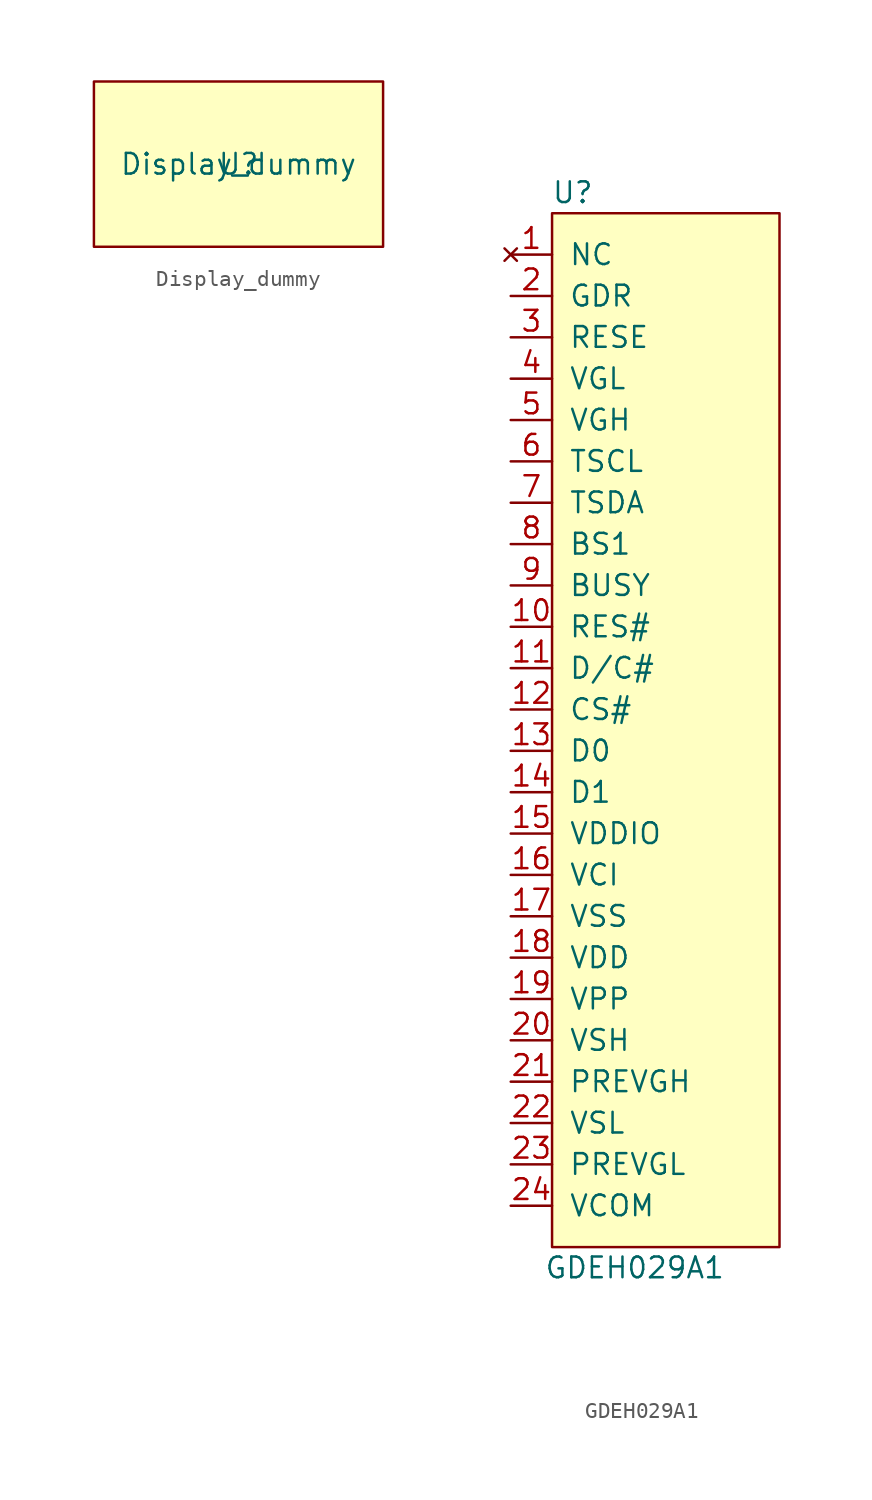
<source format=kicad_sym>
(kicad_symbol_lib
  (version 20201005)
  (generator kicad_symbol_editor)
  (symbol "Display_dummy"
    (pin_names
      (offset 1.016))
    (property "Reference" "U"
      (at 0 0 0)
      (effects (font (size 1.27 1.27))))
    (property "Value" "Display_dummy"
      (at 0 0 0)
      (effects (font (size 1.27 1.27))))
    (symbol "Display_dummy_0_1"
      (rectangle (start -8.89 5.08) (end 8.89 -5.08) (stroke (width 0)) (fill (type background)))))
  (symbol "GDEH029A1"
    (pin_names
      (offset 1.016))
    (property "Reference" "U"
      (at -6.35 33.02 0)
      (effects (font (size 1.27 1.27))))
    (property "Value" "GDEH029A1"
      (at -2.54 -33.02 0)
      (effects (font (size 1.27 1.27))))
    (symbol "GDEH029A1_0_1"
      (rectangle (start -7.62 31.75) (end 6.35 -31.75) (stroke (width 0)) (fill (type background))))
    (symbol "GDEH029A1_1_1"
      (pin no_connect line (at -10.16 29.21 0) (length 2.54) (name "NC" (effects (font (size 1.27 1.27)))) (number "1" (effects (font (size 1.27 1.27)))))
      (pin input line (at -10.16 6.35 0) (length 2.54) (name "RES#" (effects (font (size 1.27 1.27)))) (number "10" (effects (font (size 1.27 1.27)))))
      (pin input line (at -10.16 3.81 0) (length 2.54) (name "D/C#" (effects (font (size 1.27 1.27)))) (number "11" (effects (font (size 1.27 1.27)))))
      (pin input line (at -10.16 1.27 0) (length 2.54) (name "CS#" (effects (font (size 1.27 1.27)))) (number "12" (effects (font (size 1.27 1.27)))))
      (pin input line (at -10.16 -1.27 0) (length 2.54) (name "D0" (effects (font (size 1.27 1.27)))) (number "13" (effects (font (size 1.27 1.27)))))
      (pin input line (at -10.16 -3.81 0) (length 2.54) (name "D1" (effects (font (size 1.27 1.27)))) (number "14" (effects (font (size 1.27 1.27)))))
      (pin input line (at -10.16 -6.35 0) (length 2.54) (name "VDDIO" (effects (font (size 1.27 1.27)))) (number "15" (effects (font (size 1.27 1.27)))))
      (pin input line (at -10.16 -8.89 0) (length 2.54) (name "VCI" (effects (font (size 1.27 1.27)))) (number "16" (effects (font (size 1.27 1.27)))))
      (pin input line (at -10.16 -11.43 0) (length 2.54) (name "VSS" (effects (font (size 1.27 1.27)))) (number "17" (effects (font (size 1.27 1.27)))))
      (pin input line (at -10.16 -13.97 0) (length 2.54) (name "VDD" (effects (font (size 1.27 1.27)))) (number "18" (effects (font (size 1.27 1.27)))))
      (pin input line (at -10.16 -16.51 0) (length 2.54) (name "VPP" (effects (font (size 1.27 1.27)))) (number "19" (effects (font (size 1.27 1.27)))))
      (pin input line (at -10.16 26.67 0) (length 2.54) (name "GDR" (effects (font (size 1.27 1.27)))) (number "2" (effects (font (size 1.27 1.27)))))
      (pin input line (at -10.16 -19.05 0) (length 2.54) (name "VSH" (effects (font (size 1.27 1.27)))) (number "20" (effects (font (size 1.27 1.27)))))
      (pin input line (at -10.16 -21.59 0) (length 2.54) (name "PREVGH" (effects (font (size 1.27 1.27)))) (number "21" (effects (font (size 1.27 1.27)))))
      (pin input line (at -10.16 -24.13 0) (length 2.54) (name "VSL" (effects (font (size 1.27 1.27)))) (number "22" (effects (font (size 1.27 1.27)))))
      (pin input line (at -10.16 -26.67 0) (length 2.54) (name "PREVGL" (effects (font (size 1.27 1.27)))) (number "23" (effects (font (size 1.27 1.27)))))
      (pin input line (at -10.16 -29.21 0) (length 2.54) (name "VCOM" (effects (font (size 1.27 1.27)))) (number "24" (effects (font (size 1.27 1.27)))))
      (pin input line (at -10.16 24.13 0) (length 2.54) (name "RESE" (effects (font (size 1.27 1.27)))) (number "3" (effects (font (size 1.27 1.27)))))
      (pin input line (at -10.16 21.59 0) (length 2.54) (name "VGL" (effects (font (size 1.27 1.27)))) (number "4" (effects (font (size 1.27 1.27)))))
      (pin input line (at -10.16 19.05 0) (length 2.54) (name "VGH" (effects (font (size 1.27 1.27)))) (number "5" (effects (font (size 1.27 1.27)))))
      (pin input line (at -10.16 16.51 0) (length 2.54) (name "TSCL" (effects (font (size 1.27 1.27)))) (number "6" (effects (font (size 1.27 1.27)))))
      (pin input line (at -10.16 13.97 0) (length 2.54) (name "TSDA" (effects (font (size 1.27 1.27)))) (number "7" (effects (font (size 1.27 1.27)))))
      (pin input line (at -10.16 11.43 0) (length 2.54) (name "BS1" (effects (font (size 1.27 1.27)))) (number "8" (effects (font (size 1.27 1.27)))))
      (pin input line (at -10.16 8.89 0) (length 2.54) (name "BUSY" (effects (font (size 1.27 1.27)))) (number "9" (effects (font (size 1.27 1.27))))))))
</source>
